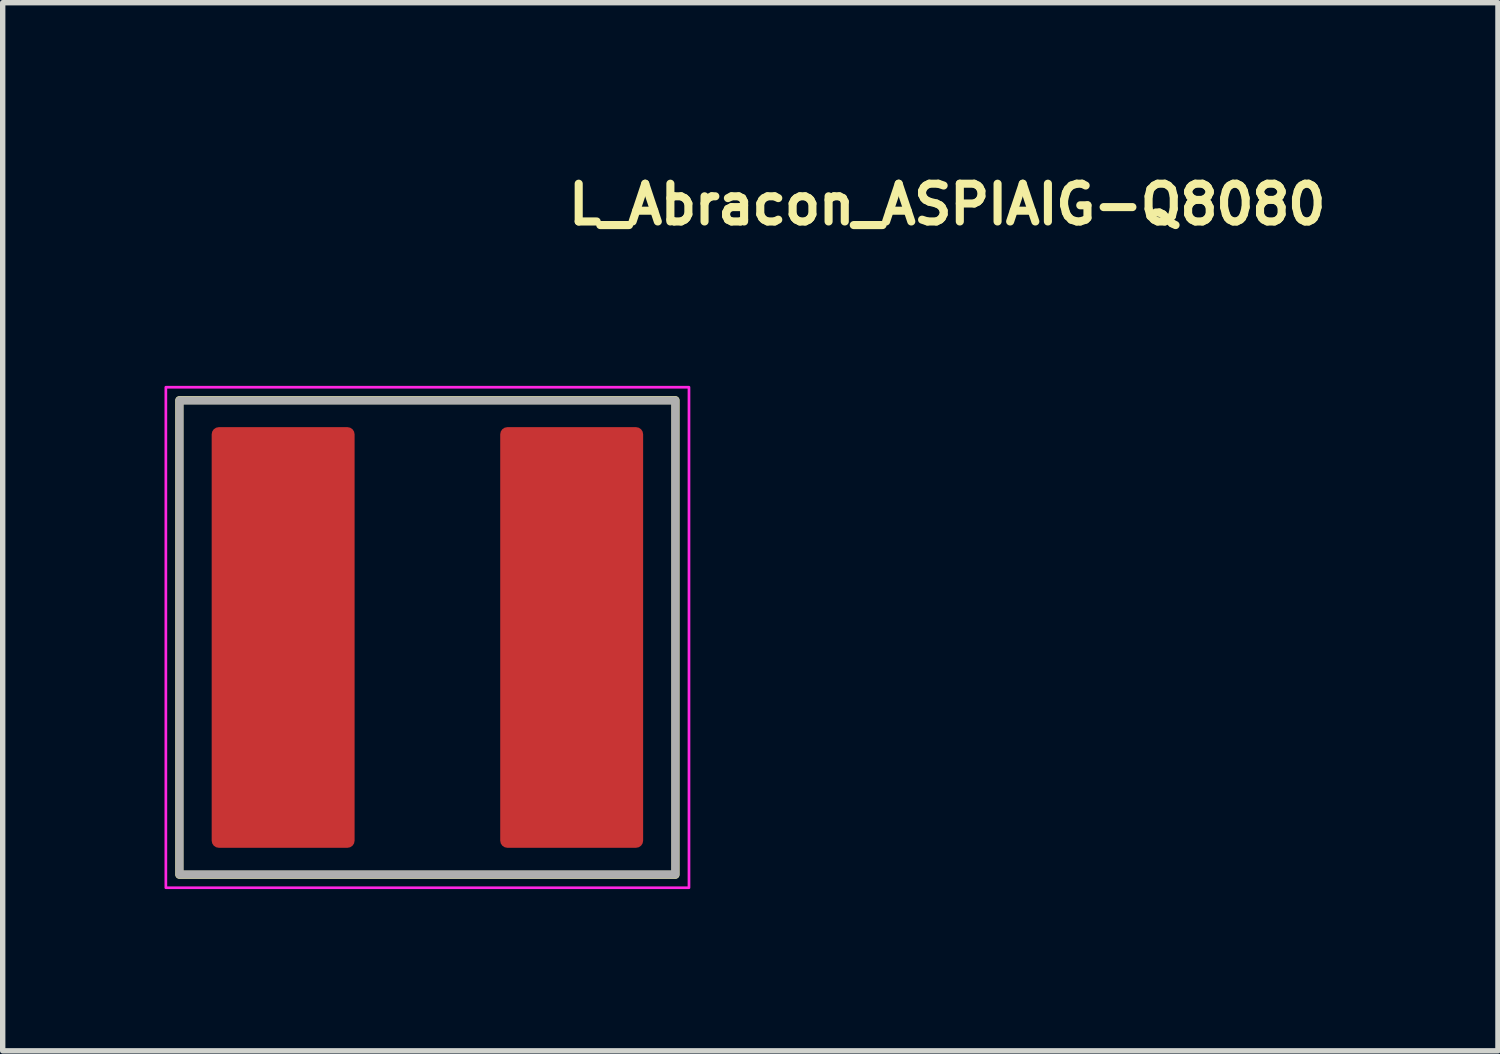
<source format=kicad_pcb>
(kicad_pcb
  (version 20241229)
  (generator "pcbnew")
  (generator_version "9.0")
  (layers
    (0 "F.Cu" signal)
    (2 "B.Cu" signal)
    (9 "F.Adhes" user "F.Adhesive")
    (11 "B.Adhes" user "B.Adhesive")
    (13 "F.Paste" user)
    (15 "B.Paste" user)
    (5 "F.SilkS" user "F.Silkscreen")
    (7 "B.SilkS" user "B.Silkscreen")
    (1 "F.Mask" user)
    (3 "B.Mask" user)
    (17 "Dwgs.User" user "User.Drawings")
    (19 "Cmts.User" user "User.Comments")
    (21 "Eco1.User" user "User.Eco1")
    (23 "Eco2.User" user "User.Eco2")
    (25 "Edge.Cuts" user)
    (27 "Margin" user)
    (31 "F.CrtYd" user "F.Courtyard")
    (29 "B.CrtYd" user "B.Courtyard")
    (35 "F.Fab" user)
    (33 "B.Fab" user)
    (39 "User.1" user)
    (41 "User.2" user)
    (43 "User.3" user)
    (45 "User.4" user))
  (footprint "L_Abracon_ASPIAIG-Q8080"
    (layer "F.Cu")
    (at 4.875 8.77)
    (property "Reference" "L_Abracon_ASPIAIG-Q8080" (at 2.54 -7.62 0) (unlocked yes) (layer "F.SilkS") (effects (font (size 0.7 0.7) (thickness 0.15)) (justify left bottom)))
    (attr smd)
    (fp_rect (start -4.6 -4.4) (end 4.6 4.4) (stroke (width 0.15) (type default)) (fill no) (layer "F.SilkS"))
    (fp_rect (start -4.85 -4.64) (end 4.85 4.64) (stroke (width 0.05) (type solid)) (fill no) (layer "F.CrtYd"))
    (fp_rect (start -4.597 -4.394) (end 4.597 4.394) (stroke (width 0.15) (type default)) (fill no) (layer "F.Fab"))
    (fp_rect (start -4.597 -4.394) (end 4.597 4.394) (stroke (width 0.1) (type solid)) (fill no) (layer "User.5"))
    (fp_line (start -4.597 -4.394) (end -4.597 4.394) (stroke (width 0.02) (type solid)) (layer "User.9"))
    (fp_line (start -4.597 4.394) (end 4.597 4.394) (stroke (width 0.02) (type solid)) (layer "User.9"))
    (fp_line (start -3.908 0) (end -3.904 0.042) (stroke (width 0.02) (type solid)) (layer "User.9"))
    (fp_line (start -3.904 -0.042) (end -3.908 0) (stroke (width 0.02) (type solid)) (layer "User.9"))
    (fp_line (start -3.904 0.042) (end -3.892 0.083) (stroke (width 0.02) (type solid)) (layer "User.9"))
    (fp_line (start -3.892 -0.083) (end -3.904 -0.042) (stroke (width 0.02) (type solid)) (layer "User.9"))
    (fp_line (start -3.892 0.083) (end -3.873 0.121) (stroke (width 0.02) (type solid)) (layer "User.9"))
    (fp_line (start -3.873 -0.121) (end -3.892 -0.083) (stroke (width 0.02) (type solid)) (layer "User.9"))
    (fp_line (start -3.873 0.121) (end -3.848 0.155) (stroke (width 0.02) (type solid)) (layer "User.9"))
    (fp_line (start -3.848 -0.155) (end -3.873 -0.121) (stroke (width 0.02) (type solid)) (layer "User.9"))
    (fp_line (start -3.848 0.155) (end -3.817 0.183) (stroke (width 0.02) (type solid)) (layer "User.9"))
    (fp_line (start -3.817 -0.183) (end -3.848 -0.155) (stroke (width 0.02) (type solid)) (layer "User.9"))
    (fp_line (start -3.817 0.183) (end -3.78 0.206) (stroke (width 0.02) (type solid)) (layer "User.9"))
    (fp_line (start -3.78 -0.206) (end -3.817 -0.183) (stroke (width 0.02) (type solid)) (layer "User.9"))
    (fp_line (start -3.78 0.206) (end -3.741 0.221) (stroke (width 0.02) (type solid)) (layer "User.9"))
    (fp_line (start -3.741 -0.221) (end -3.78 -0.206) (stroke (width 0.02) (type solid)) (layer "User.9"))
    (fp_line (start -3.741 0.221) (end -3.699 0.229) (stroke (width 0.02) (type solid)) (layer "User.9"))
    (fp_line (start -3.699 -0.229) (end -3.741 -0.221) (stroke (width 0.02) (type solid)) (layer "User.9"))
    (fp_line (start -3.699 0.229) (end -3.657 0.229) (stroke (width 0.02) (type solid)) (layer "User.9"))
    (fp_line (start -3.657 -0.229) (end -3.699 -0.229) (stroke (width 0.02) (type solid)) (layer "User.9"))
    (fp_line (start -3.657 0.229) (end -3.615 0.221) (stroke (width 0.02) (type solid)) (layer "User.9"))
    (fp_line (start -3.615 -0.221) (end -3.657 -0.229) (stroke (width 0.02) (type solid)) (layer "User.9"))
    (fp_line (start -3.615 0.221) (end -3.576 0.206) (stroke (width 0.02) (type solid)) (layer "User.9"))
    (fp_line (start -3.576 -0.206) (end -3.615 -0.221) (stroke (width 0.02) (type solid)) (layer "User.9"))
    (fp_line (start -3.576 0.206) (end -3.539 0.183) (stroke (width 0.02) (type solid)) (layer "User.9"))
    (fp_line (start -3.539 -0.183) (end -3.576 -0.206) (stroke (width 0.02) (type solid)) (layer "User.9"))
    (fp_line (start -3.539 0.183) (end -3.508 0.155) (stroke (width 0.02) (type solid)) (layer "User.9"))
    (fp_line (start -3.508 -0.155) (end -3.539 -0.183) (stroke (width 0.02) (type solid)) (layer "User.9"))
    (fp_line (start -3.508 0.155) (end -3.483 0.121) (stroke (width 0.02) (type solid)) (layer "User.9"))
    (fp_line (start -3.483 -0.121) (end -3.508 -0.155) (stroke (width 0.02) (type solid)) (layer "User.9"))
    (fp_line (start -3.483 0.121) (end -3.464 0.083) (stroke (width 0.02) (type solid)) (layer "User.9"))
    (fp_line (start -3.464 -0.083) (end -3.483 -0.121) (stroke (width 0.02) (type solid)) (layer "User.9"))
    (fp_line (start -3.464 0.083) (end -3.452 0.042) (stroke (width 0.02) (type solid)) (layer "User.9"))
    (fp_line (start -3.452 -0.042) (end -3.464 -0.083) (stroke (width 0.02) (type solid)) (layer "User.9"))
    (fp_line (start -3.452 0.042) (end -3.448 0) (stroke (width 0.02) (type solid)) (layer "User.9"))
    (fp_line (start -3.448 0) (end -3.452 -0.042) (stroke (width 0.02) (type solid)) (layer "User.9"))
    (fp_line (start 4.597 -4.394) (end -4.597 -4.394) (stroke (width 0.02) (type solid)) (layer "User.9"))
    (fp_line (start 4.597 4.394) (end 4.597 -4.394) (stroke (width 0.02) (type solid)) (layer "User.9"))
    (pad "1" smd roundrect (at -2.675 0) (size 2.65 7.8) (layers "F.Cu" "F.Mask" "F.Paste") (roundrect_rratio 0.05))
    (pad "2" smd roundrect (at 2.675 0) (size 2.65 7.8) (layers "F.Cu" "F.Mask" "F.Paste") (roundrect_rratio 0.05)))
  (gr_rect
    (start -3 -3)
    (end 24.725 16.435)
    (stroke (width 0.1) (type default))
    (fill no)
    (layer "Edge.Cuts")))
</source>
